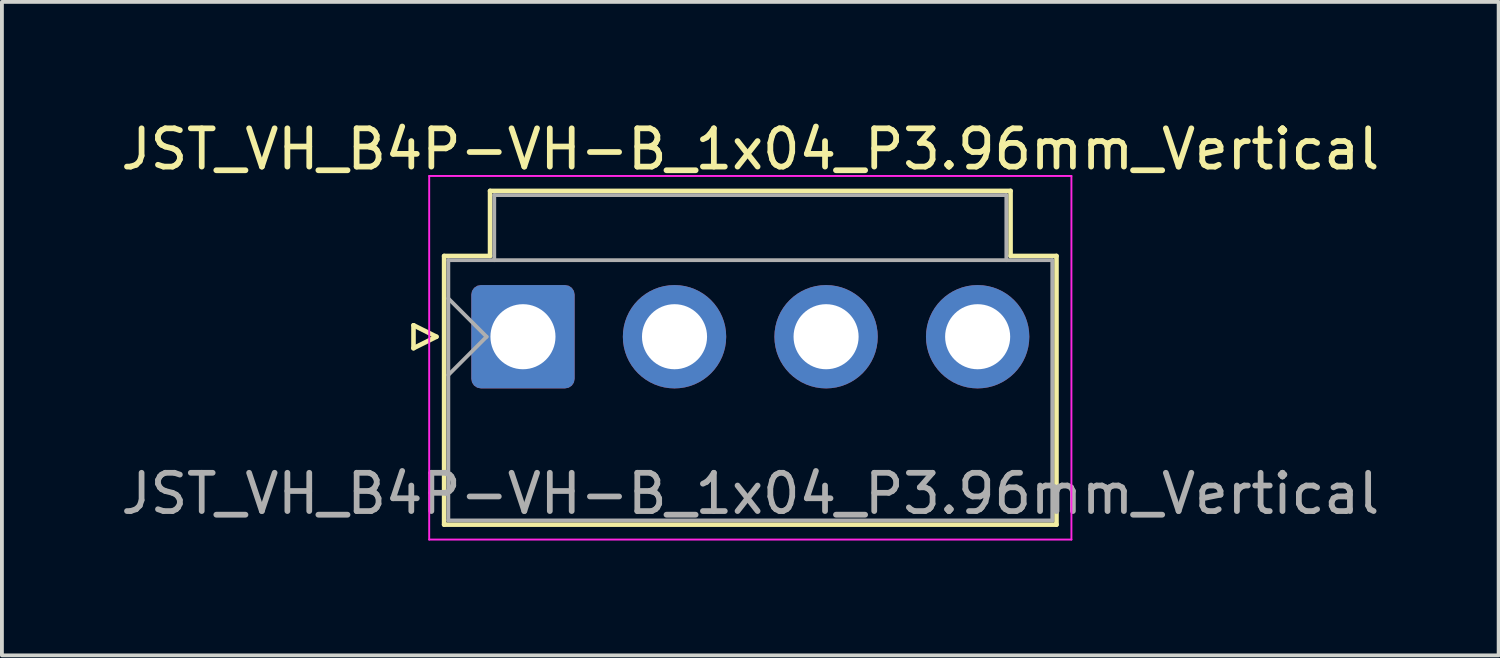
<source format=kicad_pcb>
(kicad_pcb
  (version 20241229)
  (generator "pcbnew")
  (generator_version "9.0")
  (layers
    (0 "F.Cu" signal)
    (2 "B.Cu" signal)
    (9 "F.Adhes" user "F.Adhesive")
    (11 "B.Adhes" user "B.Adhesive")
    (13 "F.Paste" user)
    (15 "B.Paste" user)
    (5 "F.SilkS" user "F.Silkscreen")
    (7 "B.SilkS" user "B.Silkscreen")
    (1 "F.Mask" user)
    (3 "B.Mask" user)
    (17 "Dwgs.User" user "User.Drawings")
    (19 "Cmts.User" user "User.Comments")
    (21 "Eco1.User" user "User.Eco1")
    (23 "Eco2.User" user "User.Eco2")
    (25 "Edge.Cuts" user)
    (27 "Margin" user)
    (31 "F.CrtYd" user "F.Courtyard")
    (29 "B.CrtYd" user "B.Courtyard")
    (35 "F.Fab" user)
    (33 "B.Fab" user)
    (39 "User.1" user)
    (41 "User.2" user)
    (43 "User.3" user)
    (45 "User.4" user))
  (footprint "JST_VH_B4P-VH-B_1x04_P3.96mm_Vertical"
    (layer "F.Cu")
    (at 10.614 5.748)
    (property "Reference" "JST_VH_B4P-VH-B_1x04_P3.96mm_Vertical" (at 5.94 -4.9 0) (layer "F.SilkS") (effects (font (size 1 1) (thickness 0.15))))
    (attr through_hole)
    (fp_line (start -2.86 -0.3) (end -2.26 0) (stroke (width 0.12) (type solid)) (layer "F.SilkS"))
    (fp_line (start -2.86 0.3) (end -2.86 -0.3) (stroke (width 0.12) (type solid)) (layer "F.SilkS"))
    (fp_line (start -2.26 0) (end -2.86 0.3) (stroke (width 0.12) (type solid)) (layer "F.SilkS"))
    (fp_line (start -2.06 -2.11) (end -0.86 -2.11) (stroke (width 0.12) (type solid)) (layer "F.SilkS"))
    (fp_line (start -2.06 4.91) (end -2.06 -2.11) (stroke (width 0.12) (type solid)) (layer "F.SilkS"))
    (fp_line (start -0.86 -3.81) (end 12.74 -3.81) (stroke (width 0.12) (type solid)) (layer "F.SilkS"))
    (fp_line (start -0.86 -2.11) (end -0.86 -3.81) (stroke (width 0.12) (type solid)) (layer "F.SilkS"))
    (fp_line (start 12.74 -3.81) (end 12.74 -2.11) (stroke (width 0.12) (type solid)) (layer "F.SilkS"))
    (fp_line (start 12.74 -2.11) (end 13.94 -2.11) (stroke (width 0.12) (type solid)) (layer "F.SilkS"))
    (fp_line (start 13.94 -2.11) (end 13.94 4.91) (stroke (width 0.12) (type solid)) (layer "F.SilkS"))
    (fp_line (start 13.94 4.91) (end -2.06 4.91) (stroke (width 0.12) (type solid)) (layer "F.SilkS"))
    (fp_line (start -2.45 -4.2) (end -2.45 5.3) (stroke (width 0.05) (type solid)) (layer "F.CrtYd"))
    (fp_line (start -2.45 5.3) (end 14.33 5.3) (stroke (width 0.05) (type solid)) (layer "F.CrtYd"))
    (fp_line (start 14.33 -4.2) (end -2.45 -4.2) (stroke (width 0.05) (type solid)) (layer "F.CrtYd"))
    (fp_line (start 14.33 5.3) (end 14.33 -4.2) (stroke (width 0.05) (type solid)) (layer "F.CrtYd"))
    (fp_line (start -1.95 -2) (end -1.95 4.8) (stroke (width 0.1) (type solid)) (layer "F.Fab"))
    (fp_line (start -1.95 -1) (end -0.95 0) (stroke (width 0.1) (type solid)) (layer "F.Fab"))
    (fp_line (start -1.95 1) (end -0.95 0) (stroke (width 0.1) (type solid)) (layer "F.Fab"))
    (fp_line (start -1.95 4.8) (end 13.83 4.8) (stroke (width 0.1) (type solid)) (layer "F.Fab"))
    (fp_line (start -0.75 -3.7) (end 12.63 -3.7) (stroke (width 0.1) (type solid)) (layer "F.Fab"))
    (fp_line (start -0.75 -2) (end -0.75 -3.7) (stroke (width 0.1) (type solid)) (layer "F.Fab"))
    (fp_line (start 12.63 -3.7) (end 12.63 -2) (stroke (width 0.1) (type solid)) (layer "F.Fab"))
    (fp_line (start 13.83 -2) (end -1.95 -2) (stroke (width 0.1) (type solid)) (layer "F.Fab"))
    (fp_line (start 13.83 4.8) (end 13.83 -2) (stroke (width 0.1) (type solid)) (layer "F.Fab"))
    (fp_text user "${REFERENCE}" (at 5.94 4.1 0) (layer "F.Fab") (effects (font (size 1 1) (thickness 0.15))))
    (pad "1" thru_hole roundrect (at 0 0) (size 2.7 2.7) (drill 1.7) (layers "*.Cu" "*.Mask") (roundrect_rratio 0.093))
    (pad "2" thru_hole circle (at 3.96 0) (size 2.7 2.7) (drill 1.7) (layers "*.Cu" "*.Mask"))
    (pad "3" thru_hole circle (at 7.92 0) (size 2.7 2.7) (drill 1.7) (layers "*.Cu" "*.Mask"))
    (pad "4" thru_hole circle (at 11.88 0) (size 2.7 2.7) (drill 1.7) (layers "*.Cu" "*.Mask")))
  (gr_rect
    (start -3 -3)
    (end 36.107 14.073)
    (stroke (width 0.1) (type default))
    (fill no)
    (layer "Edge.Cuts")))
</source>
